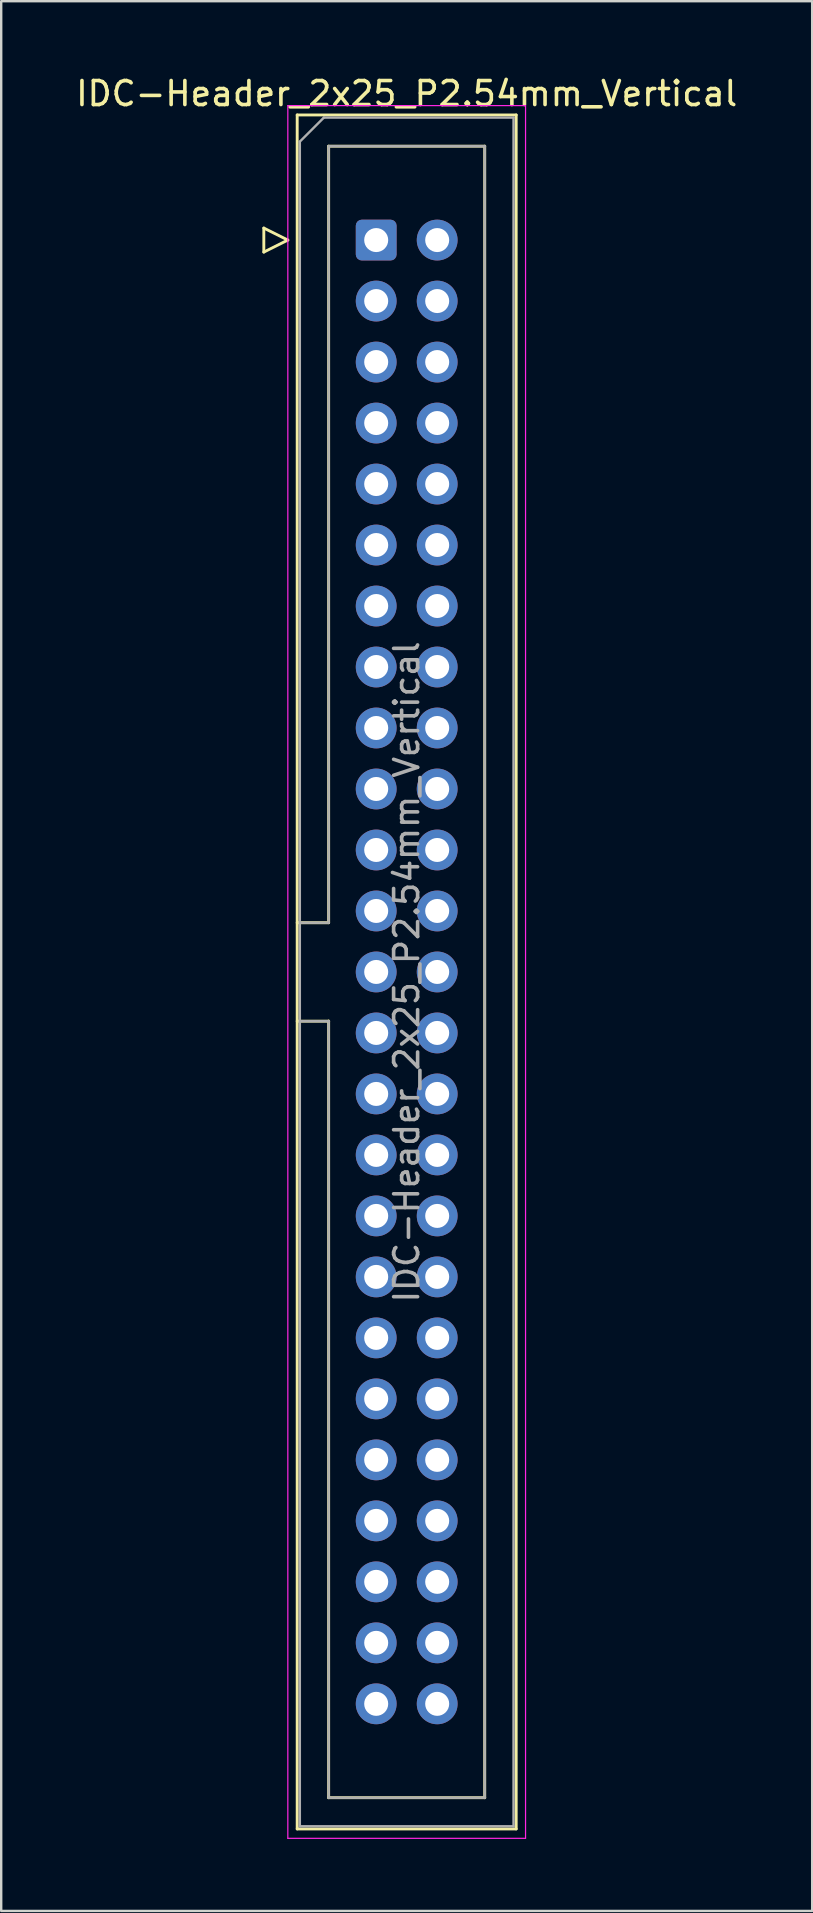
<source format=kicad_pcb>
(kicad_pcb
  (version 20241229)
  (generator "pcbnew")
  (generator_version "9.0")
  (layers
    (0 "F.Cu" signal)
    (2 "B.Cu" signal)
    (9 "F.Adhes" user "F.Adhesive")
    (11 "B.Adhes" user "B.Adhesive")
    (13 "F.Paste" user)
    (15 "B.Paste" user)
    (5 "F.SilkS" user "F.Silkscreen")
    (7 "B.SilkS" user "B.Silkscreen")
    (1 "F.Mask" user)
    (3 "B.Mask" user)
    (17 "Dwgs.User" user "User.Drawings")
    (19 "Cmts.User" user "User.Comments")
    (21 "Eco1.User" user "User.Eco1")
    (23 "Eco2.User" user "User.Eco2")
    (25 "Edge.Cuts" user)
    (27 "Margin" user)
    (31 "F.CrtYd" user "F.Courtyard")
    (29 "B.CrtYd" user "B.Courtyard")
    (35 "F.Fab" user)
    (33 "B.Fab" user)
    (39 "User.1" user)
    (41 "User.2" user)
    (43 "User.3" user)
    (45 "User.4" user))
  (footprint "IDC-Header_2x25_P2.54mm_Vertical"
    (layer "F.Cu")
    (at 12.617 6.948)
    (property "Reference" "IDC-Header_2x25_P2.54mm_Vertical" (at 1.27 -6.1 0) (layer "F.SilkS") (effects (font (size 1 1) (thickness 0.15))))
    (attr through_hole)
    (fp_line (start -4.68 -0.5) (end -4.68 0.5) (stroke (width 0.12) (type solid)) (layer "F.SilkS"))
    (fp_line (start -4.68 0.5) (end -3.68 0) (stroke (width 0.12) (type solid)) (layer "F.SilkS"))
    (fp_line (start -3.68 0) (end -4.68 -0.5) (stroke (width 0.12) (type solid)) (layer "F.SilkS"))
    (fp_line (start -3.29 -5.21) (end 5.83 -5.21) (stroke (width 0.12) (type solid)) (layer "F.SilkS"))
    (fp_line (start -3.29 28.43) (end -1.98 28.43) (stroke (width 0.12) (type solid)) (layer "F.SilkS"))
    (fp_line (start -3.29 66.17) (end -3.29 -5.21) (stroke (width 0.12) (type solid)) (layer "F.SilkS"))
    (fp_line (start -1.98 -3.91) (end 4.52 -3.91) (stroke (width 0.12) (type solid)) (layer "F.SilkS"))
    (fp_line (start -1.98 28.43) (end -1.98 -3.91) (stroke (width 0.12) (type solid)) (layer "F.SilkS"))
    (fp_line (start -1.98 32.53) (end -3.29 32.53) (stroke (width 0.12) (type solid)) (layer "F.SilkS"))
    (fp_line (start -1.98 32.53) (end -1.98 32.53) (stroke (width 0.12) (type solid)) (layer "F.SilkS"))
    (fp_line (start -1.98 64.87) (end -1.98 32.53) (stroke (width 0.12) (type solid)) (layer "F.SilkS"))
    (fp_line (start 4.52 -3.91) (end 4.52 64.87) (stroke (width 0.12) (type solid)) (layer "F.SilkS"))
    (fp_line (start 4.52 64.87) (end -1.98 64.87) (stroke (width 0.12) (type solid)) (layer "F.SilkS"))
    (fp_line (start 5.83 -5.21) (end 5.83 66.17) (stroke (width 0.12) (type solid)) (layer "F.SilkS"))
    (fp_line (start 5.83 66.17) (end -3.29 66.17) (stroke (width 0.12) (type solid)) (layer "F.SilkS"))
    (fp_line (start -3.68 -5.6) (end -3.68 66.56) (stroke (width 0.05) (type solid)) (layer "F.CrtYd"))
    (fp_line (start -3.68 66.56) (end 6.22 66.56) (stroke (width 0.05) (type solid)) (layer "F.CrtYd"))
    (fp_line (start 6.22 -5.6) (end -3.68 -5.6) (stroke (width 0.05) (type solid)) (layer "F.CrtYd"))
    (fp_line (start 6.22 66.56) (end 6.22 -5.6) (stroke (width 0.05) (type solid)) (layer "F.CrtYd"))
    (fp_line (start -3.18 -4.1) (end -2.18 -5.1) (stroke (width 0.1) (type solid)) (layer "F.Fab"))
    (fp_line (start -3.18 28.43) (end -1.98 28.43) (stroke (width 0.1) (type solid)) (layer "F.Fab"))
    (fp_line (start -3.18 66.06) (end -3.18 -4.1) (stroke (width 0.1) (type solid)) (layer "F.Fab"))
    (fp_line (start -2.18 -5.1) (end 5.72 -5.1) (stroke (width 0.1) (type solid)) (layer "F.Fab"))
    (fp_line (start -1.98 -3.91) (end 4.52 -3.91) (stroke (width 0.1) (type solid)) (layer "F.Fab"))
    (fp_line (start -1.98 28.43) (end -1.98 -3.91) (stroke (width 0.1) (type solid)) (layer "F.Fab"))
    (fp_line (start -1.98 32.53) (end -3.18 32.53) (stroke (width 0.1) (type solid)) (layer "F.Fab"))
    (fp_line (start -1.98 32.53) (end -1.98 32.53) (stroke (width 0.1) (type solid)) (layer "F.Fab"))
    (fp_line (start -1.98 64.87) (end -1.98 32.53) (stroke (width 0.1) (type solid)) (layer "F.Fab"))
    (fp_line (start 4.52 -3.91) (end 4.52 64.87) (stroke (width 0.1) (type solid)) (layer "F.Fab"))
    (fp_line (start 4.52 64.87) (end -1.98 64.87) (stroke (width 0.1) (type solid)) (layer "F.Fab"))
    (fp_line (start 5.72 -5.1) (end 5.72 66.06) (stroke (width 0.1) (type solid)) (layer "F.Fab"))
    (fp_line (start 5.72 66.06) (end -3.18 66.06) (stroke (width 0.1) (type solid)) (layer "F.Fab"))
    (fp_text user "${REFERENCE}" (at 1.27 30.48 90) (layer "F.Fab") (effects (font (size 1 1) (thickness 0.15))))
    (pad "1" thru_hole roundrect (at 0 0) (size 1.7 1.7) (drill 1) (layers "*.Cu" "*.Mask") (roundrect_rratio 0.147))
    (pad "2" thru_hole circle (at 2.54 0) (size 1.7 1.7) (drill 1) (layers "*.Cu" "*.Mask"))
    (pad "3" thru_hole circle (at 0 2.54) (size 1.7 1.7) (drill 1) (layers "*.Cu" "*.Mask"))
    (pad "4" thru_hole circle (at 2.54 2.54) (size 1.7 1.7) (drill 1) (layers "*.Cu" "*.Mask"))
    (pad "5" thru_hole circle (at 0 5.08) (size 1.7 1.7) (drill 1) (layers "*.Cu" "*.Mask"))
    (pad "6" thru_hole circle (at 2.54 5.08) (size 1.7 1.7) (drill 1) (layers "*.Cu" "*.Mask"))
    (pad "7" thru_hole circle (at 0 7.62) (size 1.7 1.7) (drill 1) (layers "*.Cu" "*.Mask"))
    (pad "8" thru_hole circle (at 2.54 7.62) (size 1.7 1.7) (drill 1) (layers "*.Cu" "*.Mask"))
    (pad "9" thru_hole circle (at 0 10.16) (size 1.7 1.7) (drill 1) (layers "*.Cu" "*.Mask"))
    (pad "10" thru_hole circle (at 2.54 10.16) (size 1.7 1.7) (drill 1) (layers "*.Cu" "*.Mask"))
    (pad "11" thru_hole circle (at 0 12.7) (size 1.7 1.7) (drill 1) (layers "*.Cu" "*.Mask"))
    (pad "12" thru_hole circle (at 2.54 12.7) (size 1.7 1.7) (drill 1) (layers "*.Cu" "*.Mask"))
    (pad "13" thru_hole circle (at 0 15.24) (size 1.7 1.7) (drill 1) (layers "*.Cu" "*.Mask"))
    (pad "14" thru_hole circle (at 2.54 15.24) (size 1.7 1.7) (drill 1) (layers "*.Cu" "*.Mask"))
    (pad "15" thru_hole circle (at 0 17.78) (size 1.7 1.7) (drill 1) (layers "*.Cu" "*.Mask"))
    (pad "16" thru_hole circle (at 2.54 17.78) (size 1.7 1.7) (drill 1) (layers "*.Cu" "*.Mask"))
    (pad "17" thru_hole circle (at 0 20.32) (size 1.7 1.7) (drill 1) (layers "*.Cu" "*.Mask"))
    (pad "18" thru_hole circle (at 2.54 20.32) (size 1.7 1.7) (drill 1) (layers "*.Cu" "*.Mask"))
    (pad "19" thru_hole circle (at 0 22.86) (size 1.7 1.7) (drill 1) (layers "*.Cu" "*.Mask"))
    (pad "20" thru_hole circle (at 2.54 22.86) (size 1.7 1.7) (drill 1) (layers "*.Cu" "*.Mask"))
    (pad "21" thru_hole circle (at 0 25.4) (size 1.7 1.7) (drill 1) (layers "*.Cu" "*.Mask"))
    (pad "22" thru_hole circle (at 2.54 25.4) (size 1.7 1.7) (drill 1) (layers "*.Cu" "*.Mask"))
    (pad "23" thru_hole circle (at 0 27.94) (size 1.7 1.7) (drill 1) (layers "*.Cu" "*.Mask"))
    (pad "24" thru_hole circle (at 2.54 27.94) (size 1.7 1.7) (drill 1) (layers "*.Cu" "*.Mask"))
    (pad "25" thru_hole circle (at 0 30.48) (size 1.7 1.7) (drill 1) (layers "*.Cu" "*.Mask"))
    (pad "26" thru_hole circle (at 2.54 30.48) (size 1.7 1.7) (drill 1) (layers "*.Cu" "*.Mask"))
    (pad "27" thru_hole circle (at 0 33.02) (size 1.7 1.7) (drill 1) (layers "*.Cu" "*.Mask"))
    (pad "28" thru_hole circle (at 2.54 33.02) (size 1.7 1.7) (drill 1) (layers "*.Cu" "*.Mask"))
    (pad "29" thru_hole circle (at 0 35.56) (size 1.7 1.7) (drill 1) (layers "*.Cu" "*.Mask"))
    (pad "30" thru_hole circle (at 2.54 35.56) (size 1.7 1.7) (drill 1) (layers "*.Cu" "*.Mask"))
    (pad "31" thru_hole circle (at 0 38.1) (size 1.7 1.7) (drill 1) (layers "*.Cu" "*.Mask"))
    (pad "32" thru_hole circle (at 2.54 38.1) (size 1.7 1.7) (drill 1) (layers "*.Cu" "*.Mask"))
    (pad "33" thru_hole circle (at 0 40.64) (size 1.7 1.7) (drill 1) (layers "*.Cu" "*.Mask"))
    (pad "34" thru_hole circle (at 2.54 40.64) (size 1.7 1.7) (drill 1) (layers "*.Cu" "*.Mask"))
    (pad "35" thru_hole circle (at 0 43.18) (size 1.7 1.7) (drill 1) (layers "*.Cu" "*.Mask"))
    (pad "36" thru_hole circle (at 2.54 43.18) (size 1.7 1.7) (drill 1) (layers "*.Cu" "*.Mask"))
    (pad "37" thru_hole circle (at 0 45.72) (size 1.7 1.7) (drill 1) (layers "*.Cu" "*.Mask"))
    (pad "38" thru_hole circle (at 2.54 45.72) (size 1.7 1.7) (drill 1) (layers "*.Cu" "*.Mask"))
    (pad "39" thru_hole circle (at 0 48.26) (size 1.7 1.7) (drill 1) (layers "*.Cu" "*.Mask"))
    (pad "40" thru_hole circle (at 2.54 48.26) (size 1.7 1.7) (drill 1) (layers "*.Cu" "*.Mask"))
    (pad "41" thru_hole circle (at 0 50.8) (size 1.7 1.7) (drill 1) (layers "*.Cu" "*.Mask"))
    (pad "42" thru_hole circle (at 2.54 50.8) (size 1.7 1.7) (drill 1) (layers "*.Cu" "*.Mask"))
    (pad "43" thru_hole circle (at 0 53.34) (size 1.7 1.7) (drill 1) (layers "*.Cu" "*.Mask"))
    (pad "44" thru_hole circle (at 2.54 53.34) (size 1.7 1.7) (drill 1) (layers "*.Cu" "*.Mask"))
    (pad "45" thru_hole circle (at 0 55.88) (size 1.7 1.7) (drill 1) (layers "*.Cu" "*.Mask"))
    (pad "46" thru_hole circle (at 2.54 55.88) (size 1.7 1.7) (drill 1) (layers "*.Cu" "*.Mask"))
    (pad "47" thru_hole circle (at 0 58.42) (size 1.7 1.7) (drill 1) (layers "*.Cu" "*.Mask"))
    (pad "48" thru_hole circle (at 2.54 58.42) (size 1.7 1.7) (drill 1) (layers "*.Cu" "*.Mask"))
    (pad "49" thru_hole circle (at 0 60.96) (size 1.7 1.7) (drill 1) (layers "*.Cu" "*.Mask"))
    (pad "50" thru_hole circle (at 2.54 60.96) (size 1.7 1.7) (drill 1) (layers "*.Cu" "*.Mask")))
  (gr_rect
    (start -3 -3)
    (end 30.774 76.533)
    (stroke (width 0.1) (type default))
    (fill no)
    (layer "Edge.Cuts")))
</source>
